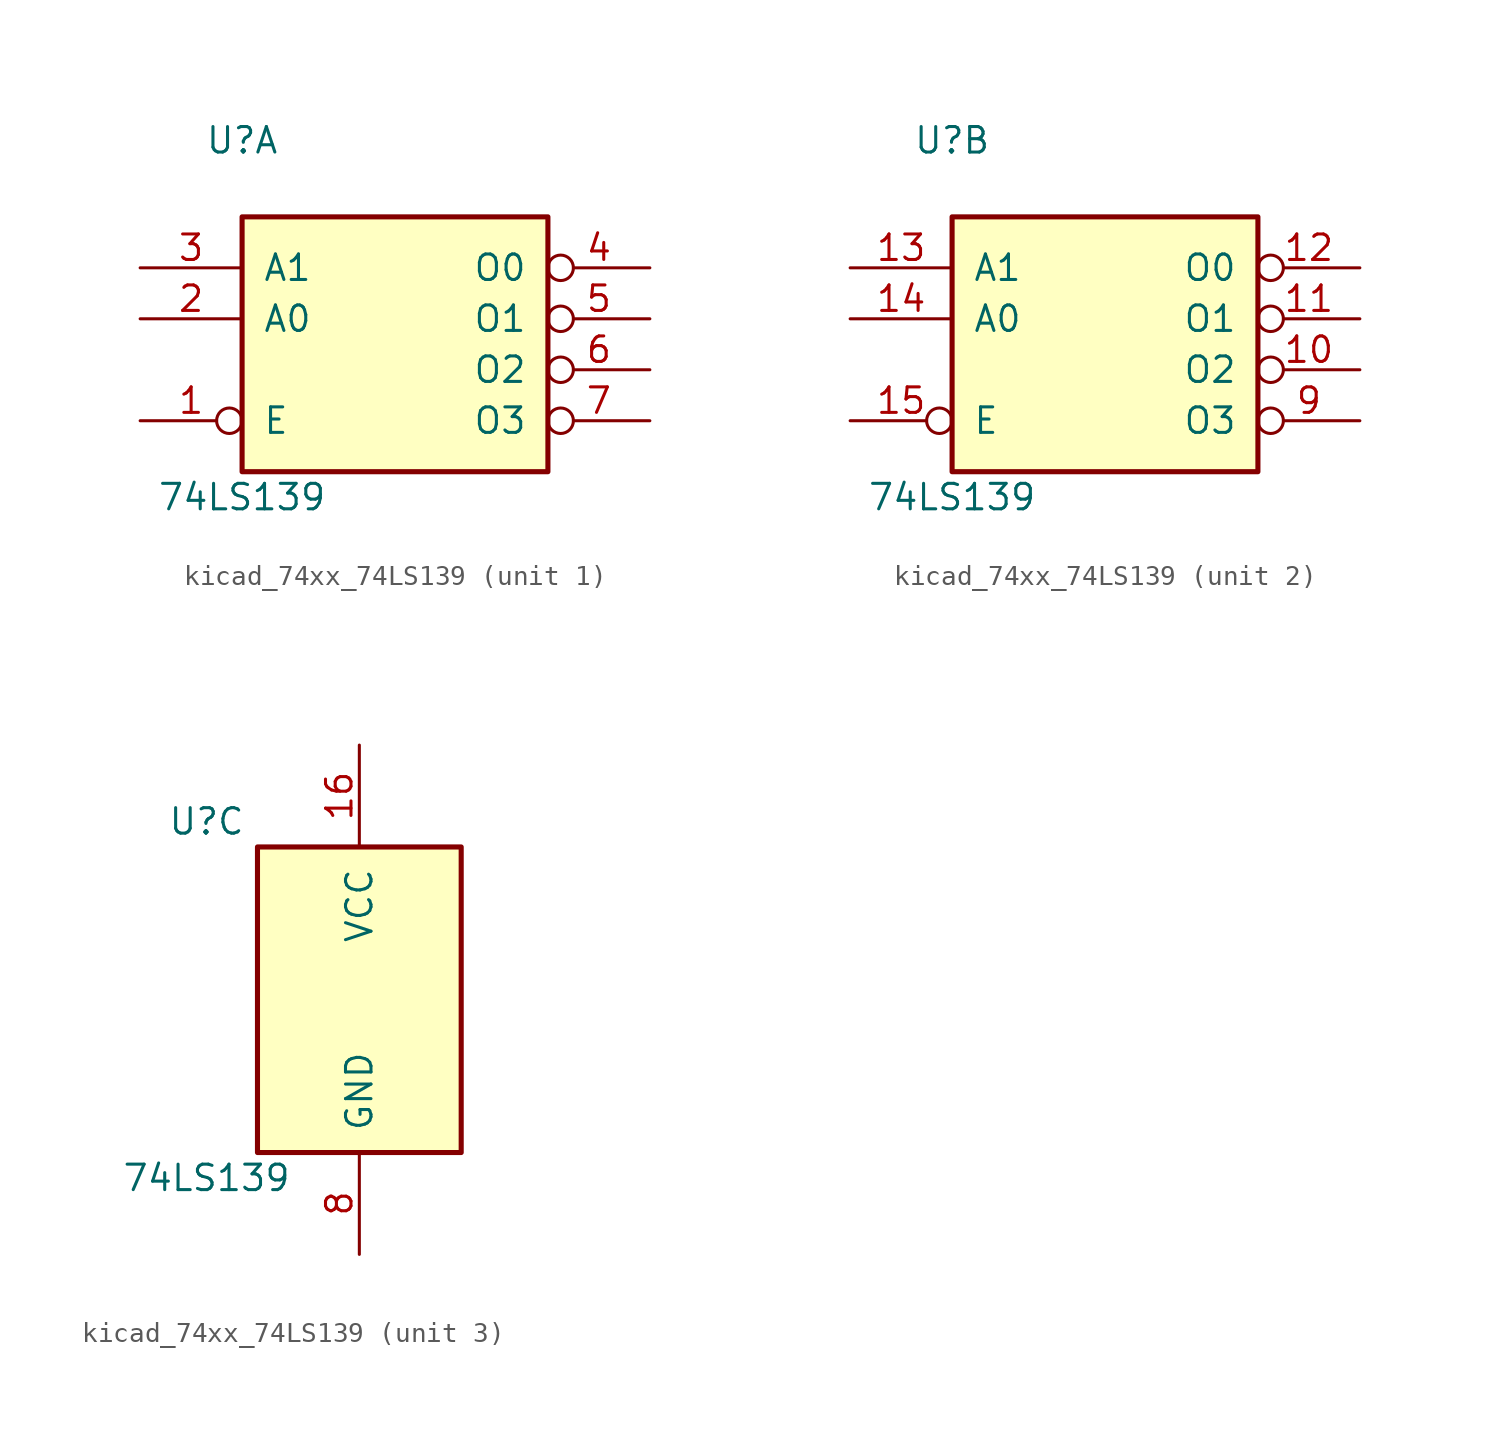
<source format=kicad_sym>
(kicad_symbol_lib
  (version 20220914)
  (generator kicad_symbol_editor)
  (symbol "kicad_74xx_74LS139"
    (pin_names
      (offset 1.016))
    (property "Reference" "U"
      (at -7.62 8.89 0)
      (effects (font (size 1.27 1.27))))
    (property "Value" "74LS139"
      (at -7.62 -8.89 0)
      (effects (font (size 1.27 1.27))))
    (property "ki_locked" ""
      (at 0 0 0)
      (effects (font (size 1.27 1.27))))
    (symbol "kicad_74xx_74LS139_1_0"
      (pin input inverted (at -12.7 -5.08 0) (length 5.08) (name "E" (effects (font (size 1.27 1.27)))) (number "1" (effects (font (size 1.27 1.27)))))
      (pin input line (at -12.7 0 0) (length 5.08) (name "A0" (effects (font (size 1.27 1.27)))) (number "2" (effects (font (size 1.27 1.27)))))
      (pin input line (at -12.7 2.54 0) (length 5.08) (name "A1" (effects (font (size 1.27 1.27)))) (number "3" (effects (font (size 1.27 1.27)))))
      (pin output inverted (at 12.7 2.54 180) (length 5.08) (name "O0" (effects (font (size 1.27 1.27)))) (number "4" (effects (font (size 1.27 1.27)))))
      (pin output inverted (at 12.7 0 180) (length 5.08) (name "O1" (effects (font (size 1.27 1.27)))) (number "5" (effects (font (size 1.27 1.27)))))
      (pin output inverted (at 12.7 -2.54 180) (length 5.08) (name "O2" (effects (font (size 1.27 1.27)))) (number "6" (effects (font (size 1.27 1.27)))))
      (pin output inverted (at 12.7 -5.08 180) (length 5.08) (name "O3" (effects (font (size 1.27 1.27)))) (number "7" (effects (font (size 1.27 1.27))))))
    (symbol "kicad_74xx_74LS139_1_1"
      (rectangle (start -7.62 5.08) (end 7.62 -7.62) (stroke (width 0.254) (type default)) (fill (type background))))
    (symbol "kicad_74xx_74LS139_2_0"
      (pin output inverted (at 12.7 -2.54 180) (length 5.08) (name "O2" (effects (font (size 1.27 1.27)))) (number "10" (effects (font (size 1.27 1.27)))))
      (pin output inverted (at 12.7 0 180) (length 5.08) (name "O1" (effects (font (size 1.27 1.27)))) (number "11" (effects (font (size 1.27 1.27)))))
      (pin output inverted (at 12.7 2.54 180) (length 5.08) (name "O0" (effects (font (size 1.27 1.27)))) (number "12" (effects (font (size 1.27 1.27)))))
      (pin input line (at -12.7 2.54 0) (length 5.08) (name "A1" (effects (font (size 1.27 1.27)))) (number "13" (effects (font (size 1.27 1.27)))))
      (pin input line (at -12.7 0 0) (length 5.08) (name "A0" (effects (font (size 1.27 1.27)))) (number "14" (effects (font (size 1.27 1.27)))))
      (pin input inverted (at -12.7 -5.08 0) (length 5.08) (name "E" (effects (font (size 1.27 1.27)))) (number "15" (effects (font (size 1.27 1.27)))))
      (pin output inverted (at 12.7 -5.08 180) (length 5.08) (name "O3" (effects (font (size 1.27 1.27)))) (number "9" (effects (font (size 1.27 1.27))))))
    (symbol "kicad_74xx_74LS139_2_1"
      (rectangle (start -7.62 5.08) (end 7.62 -7.62) (stroke (width 0.254) (type default)) (fill (type background))))
    (symbol "kicad_74xx_74LS139_3_0"
      (pin power_in line (at 0 12.7 270) (length 5.08) (name "VCC" (effects (font (size 1.27 1.27)))) (number "16" (effects (font (size 1.27 1.27)))))
      (pin power_in line (at 0 -12.7 90) (length 5.08) (name "GND" (effects (font (size 1.27 1.27)))) (number "8" (effects (font (size 1.27 1.27))))))
    (symbol "kicad_74xx_74LS139_3_1"
      (rectangle (start -5.08 7.62) (end 5.08 -7.62) (stroke (width 0.254) (type default)) (fill (type background))))))
</source>
